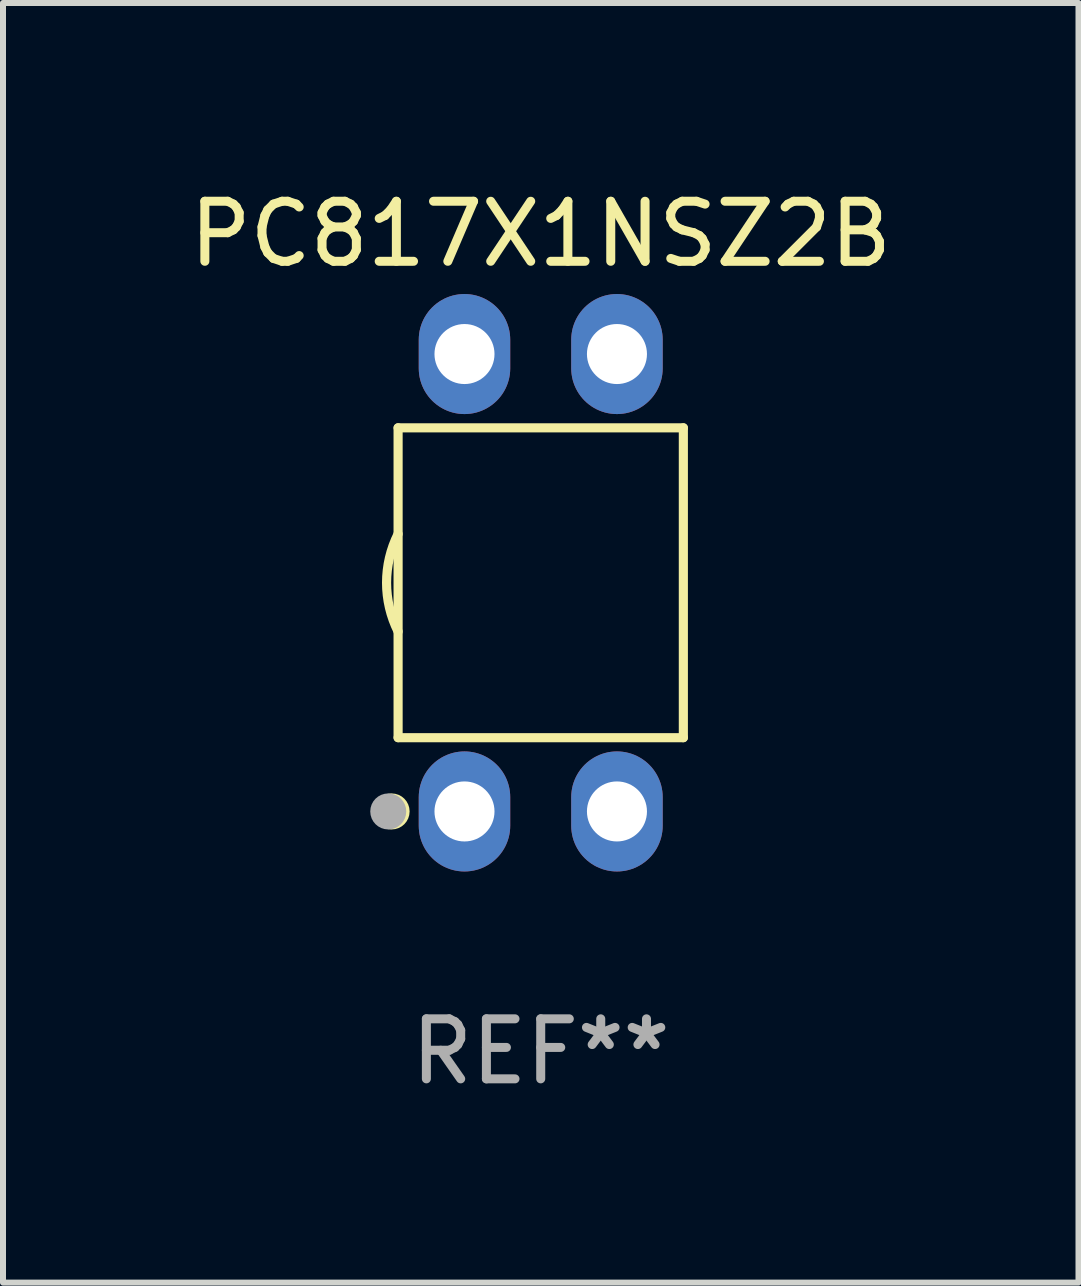
<source format=kicad_pcb>
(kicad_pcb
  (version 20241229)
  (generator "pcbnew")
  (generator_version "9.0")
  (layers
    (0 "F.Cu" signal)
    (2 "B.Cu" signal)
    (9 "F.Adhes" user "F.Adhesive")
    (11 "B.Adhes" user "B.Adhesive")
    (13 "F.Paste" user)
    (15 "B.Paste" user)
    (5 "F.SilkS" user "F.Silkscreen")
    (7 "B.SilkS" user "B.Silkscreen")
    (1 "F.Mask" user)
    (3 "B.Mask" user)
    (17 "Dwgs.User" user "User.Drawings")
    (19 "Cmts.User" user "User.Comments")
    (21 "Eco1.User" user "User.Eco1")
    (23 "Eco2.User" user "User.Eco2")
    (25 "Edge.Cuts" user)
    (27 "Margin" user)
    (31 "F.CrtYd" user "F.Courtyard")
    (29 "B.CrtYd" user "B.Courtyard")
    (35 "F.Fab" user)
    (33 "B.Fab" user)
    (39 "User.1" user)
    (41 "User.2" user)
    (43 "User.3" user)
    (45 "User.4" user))
  (footprint "PC817X1NSZ2B"
    (layer "F.Cu")
    (at 5.958 6.658)
    (property "Reference" "PC817X1NSZ2B" (at 0 -5.81 0) (layer "F.SilkS") (effects (font (size 1 1) (thickness 0.15))))
    (attr through_hole)
    (fp_line (start -2.376 -2.581) (end 2.376 -2.581) (stroke (width 0.152) (type solid)) (layer "F.SilkS"))
    (fp_line (start -2.376 2.581) (end -2.376 -2.581) (stroke (width 0.152) (type solid)) (layer "F.SilkS"))
    (fp_line (start 2.376 -2.581) (end 2.376 2.581) (stroke (width 0.152) (type solid)) (layer "F.SilkS"))
    (fp_line (start 2.376 2.581) (end -2.376 2.581) (stroke (width 0.152) (type solid)) (layer "F.SilkS"))
    (fp_arc (start -2.3762 0.812496) (mid -2.568004 0) (end -2.3762 -0.812497) (stroke (width 0.1524) (type solid)) (layer "F.SilkS"))
    (fp_circle (center -2.484 3.81) (end -2.334 3.81) (stroke (width 0.3) (type solid)) (fill no) (layer "F.SilkS"))
    (fp_circle (center -2.3 3.935) (end -2.27 3.935) (stroke (width 0.06) (type solid)) (fill no) (layer "F.SilkS"))
    (fp_circle (center -2.54 3.81) (end -2.39 3.81) (stroke (width 0.3) (type solid)) (fill no) (layer "F.Fab"))
    (fp_text user "REF**" (at 0 7.81 0) (layer "F.Fab") (effects (font (size 1 1) (thickness 0.15))))
    (pad "1" thru_hole oval (at -1.27 3.81) (size 1.524 2) (drill 1) (layers "*.Cu" "*.Mask"))
    (pad "2" thru_hole oval (at 1.27 3.81) (size 1.524 2) (drill 1) (layers "*.Cu" "*.Mask"))
    (pad "3" thru_hole oval (at 1.27 -3.81) (size 1.524 2) (drill 1) (layers "*.Cu" "*.Mask"))
    (pad "4" thru_hole oval (at -1.27 -3.81) (size 1.524 2) (drill 1) (layers "*.Cu" "*.Mask")))
  (gr_rect
    (start -3 -3)
    (end 14.917 18.317)
    (stroke (width 0.1) (type default))
    (fill no)
    (layer "Edge.Cuts")))
</source>
